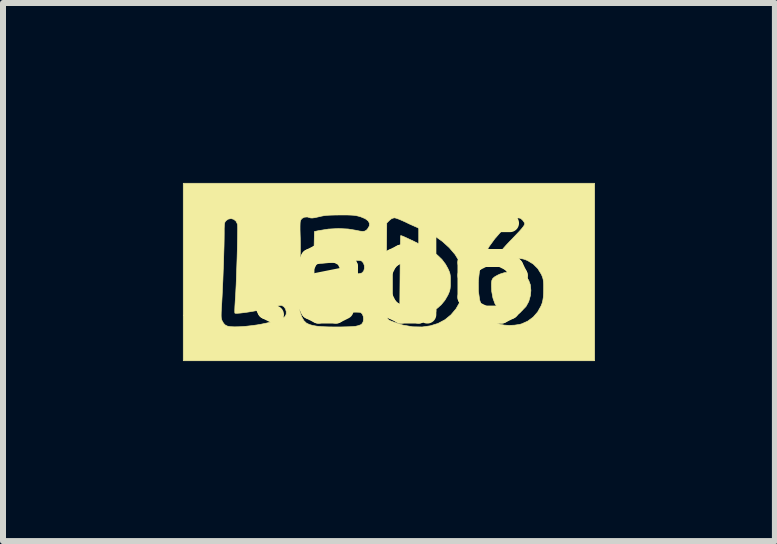
<source format=kicad_pcb>
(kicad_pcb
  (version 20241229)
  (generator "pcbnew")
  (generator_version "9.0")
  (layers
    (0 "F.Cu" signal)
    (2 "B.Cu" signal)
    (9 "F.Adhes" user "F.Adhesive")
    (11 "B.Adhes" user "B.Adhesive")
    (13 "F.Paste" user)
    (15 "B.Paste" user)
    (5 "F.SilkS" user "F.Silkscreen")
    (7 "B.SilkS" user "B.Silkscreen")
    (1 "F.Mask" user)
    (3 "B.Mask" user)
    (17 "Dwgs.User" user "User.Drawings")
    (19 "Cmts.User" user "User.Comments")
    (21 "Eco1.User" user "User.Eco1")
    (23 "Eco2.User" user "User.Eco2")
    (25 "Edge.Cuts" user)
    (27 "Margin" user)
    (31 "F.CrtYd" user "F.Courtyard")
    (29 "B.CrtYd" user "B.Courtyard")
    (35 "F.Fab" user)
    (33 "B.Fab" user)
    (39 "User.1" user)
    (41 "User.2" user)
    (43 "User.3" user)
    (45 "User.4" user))
  (footprint "led6"
    (layer "F.Cu")
    (at 3.421 1.505)
    (property "Reference" "led6" (at 0 0 0) (layer "F.SilkS") (effects (font (size 1.524 1.524) (thickness 0.3))))
    (attr through_hole)
    (fp_poly (pts (xy 2.114 -0.018) (xy 2.195 -0.002) (xy 2.225 0.009) (xy 2.293 0.053) (xy 2.342 0.115) (xy 2.371 0.194) (xy 2.38 0.287) (xy 2.372 0.372) (xy 2.344 0.472) (xy 2.298 0.555) (xy 2.237 0.618) (xy 2.163 0.659) (xy 2.078 0.679) (xy 1.985 0.674) (xy 1.95 0.667) (xy 1.883 0.635) (xy 1.826 0.581) (xy 1.78 0.506) (xy 1.747 0.414) (xy 1.727 0.305) (xy 1.723 0.225) (xy 1.723 0.162) (xy 1.729 0.119) (xy 1.745 0.087) (xy 1.775 0.061) (xy 1.822 0.034) (xy 1.862 0.015) (xy 1.937 -0.009) (xy 2.025 -0.02) (xy 2.114 -0.018)) (stroke (width 0.01) (type solid)) (fill yes) (layer "F.SilkS"))
    (fp_poly (pts (xy 0.222 -0.625) (xy 0.256 -0.612) (xy 0.305 -0.59) (xy 0.365 -0.562) (xy 0.432 -0.53) (xy 0.502 -0.495) (xy 0.571 -0.46) (xy 0.633 -0.426) (xy 0.686 -0.396) (xy 0.725 -0.372) (xy 0.726 -0.372) (xy 0.822 -0.301) (xy 0.897 -0.229) (xy 0.957 -0.149) (xy 0.995 -0.081) (xy 1.015 -0.038) (xy 1.028 -0.003) (xy 1.035 0.034) (xy 1.038 0.081) (xy 1.038 0.14) (xy 1.038 0.205) (xy 1.034 0.251) (xy 1.027 0.289) (xy 1.013 0.327) (xy 0.996 0.365) (xy 0.946 0.451) (xy 0.884 0.526) (xy 0.817 0.585) (xy 0.764 0.615) (xy 0.675 0.643) (xy 0.572 0.661) (xy 0.464 0.667) (xy 0.363 0.66) (xy 0.337 0.655) (xy 0.289 0.642) (xy 0.244 0.624) (xy 0.236 0.619) (xy 0.194 0.595) (xy 0.199 -0.014) (xy 0.2 -0.139) (xy 0.201 -0.256) (xy 0.203 -0.361) (xy 0.204 -0.453) (xy 0.205 -0.528) (xy 0.206 -0.584) (xy 0.207 -0.618) (xy 0.208 -0.627) (xy 0.222 -0.625)) (stroke (width 0.01) (type solid)) (fill yes) (layer "F.SilkS"))
    (fp_poly (pts (xy 3.443 1.46) (xy -3.416 1.46) (xy -3.416 0.7) (xy -2.784 0.7) (xy -2.783 0.735) (xy -2.779 0.76) (xy -2.773 0.78) (xy -2.765 0.799) (xy -2.742 0.837) (xy -2.715 0.864) (xy -2.679 0.882) (xy -2.628 0.891) (xy -2.56 0.894) (xy -2.472 0.892) (xy -2.383 0.886) (xy -2.283 0.875) (xy -2.186 0.862) (xy -2.127 0.852) (xy -2.021 0.83) (xy -1.925 0.806) (xy -1.843 0.781) (xy -1.778 0.756) (xy -1.734 0.734) (xy -1.72 0.722) (xy -1.7 0.684) (xy -1.699 0.638) (xy -1.712 0.594) (xy -1.738 0.558) (xy -1.773 0.538) (xy -1.789 0.536) (xy -1.813 0.539) (xy -1.856 0.548) (xy -1.915 0.561) (xy -1.982 0.578) (xy -2.004 0.583) (xy -2.075 0.6) (xy -2.153 0.616) (xy -2.235 0.631) (xy -2.317 0.645) (xy -2.393 0.656) (xy -2.459 0.664) (xy -2.512 0.668) (xy -2.545 0.668) (xy -2.555 0.665) (xy -2.557 0.649) (xy -2.557 0.611) (xy -2.555 0.556) (xy -2.551 0.488) (xy -2.548 0.438) (xy -2.543 0.371) (xy -2.539 0.291) (xy -1.495 0.291) (xy -1.494 0.388) (xy -1.492 0.472) (xy -1.488 0.537) (xy -1.487 0.548) (xy -1.469 0.644) (xy -1.441 0.726) (xy -1.405 0.79) (xy -1.363 0.831) (xy -1.357 0.834) (xy -1.313 0.855) (xy -1.257 0.871) (xy -1.188 0.883) (xy -1.101 0.891) (xy -0.994 0.895) (xy -0.884 0.896) (xy -0.797 0.896) (xy -0.713 0.894) (xy -0.639 0.892) (xy -0.581 0.888) (xy -0.544 0.885) (xy -0.497 0.874) (xy -0.459 0.86) (xy -0.442 0.85) (xy -0.418 0.814) (xy -0.41 0.767) (xy -0.415 0.718) (xy -0.433 0.677) (xy -0.457 0.656) (xy -0.48 0.651) (xy -0.531 0.649) (xy -0.607 0.65) (xy -0.71 0.654) (xy -0.787 0.657) (xy -0.879 0.661) (xy -0.965 0.663) (xy -1.042 0.665) (xy -1.104 0.665) (xy -1.146 0.664) (xy -1.156 0.663) (xy -1.191 0.656) (xy -1.218 0.646) (xy -1.238 0.629) (xy -1.251 0.602) (xy -1.259 0.56) (xy -1.264 0.502) (xy -1.264 0.478) (xy -0.035 0.478) (xy -0.034 0.56) (xy -0.032 0.625) (xy -0.029 0.676) (xy -0.023 0.714) (xy -0.015 0.743) (xy -0.005 0.763) (xy 0.008 0.777) (xy 0.024 0.787) (xy 0.044 0.796) (xy 0.067 0.804) (xy 0.089 0.813) (xy 0.247 0.865) (xy 0.408 0.893) (xy 0.568 0.896) (xy 0.703 0.877) (xy 0.832 0.837) (xy 0.948 0.775) (xy 1.048 0.693) (xy 1.132 0.593) (xy 1.198 0.477) (xy 1.244 0.348) (xy 1.268 0.207) (xy 1.269 0.181) (xy 1.269 0.141) (xy 1.504 0.141) (xy 1.505 0.3) (xy 1.525 0.442) (xy 1.562 0.564) (xy 1.616 0.667) (xy 1.687 0.75) (xy 1.776 0.813) (xy 1.866 0.851) (xy 1.935 0.865) (xy 2.019 0.87) (xy 2.107 0.866) (xy 2.189 0.854) (xy 2.226 0.844) (xy 2.327 0.799) (xy 2.418 0.732) (xy 2.493 0.646) (xy 2.549 0.546) (xy 2.567 0.5) (xy 2.579 0.452) (xy 2.587 0.399) (xy 2.591 0.331) (xy 2.592 0.261) (xy 2.592 0.191) (xy 2.589 0.14) (xy 2.584 0.102) (xy 2.575 0.069) (xy 2.561 0.034) (xy 2.555 0.02) (xy 2.496 -0.076) (xy 2.419 -0.153) (xy 2.326 -0.21) (xy 2.285 -0.227) (xy 2.249 -0.238) (xy 2.209 -0.244) (xy 2.157 -0.247) (xy 2.103 -0.247) (xy 2.035 -0.247) (xy 1.985 -0.243) (xy 1.945 -0.236) (xy 1.905 -0.223) (xy 1.879 -0.212) (xy 1.837 -0.196) (xy 1.807 -0.187) (xy 1.795 -0.188) (xy 1.795 -0.189) (xy 1.801 -0.206) (xy 1.815 -0.241) (xy 1.836 -0.285) (xy 1.839 -0.292) (xy 1.859 -0.33) (xy 1.886 -0.37) (xy 1.921 -0.415) (xy 1.969 -0.469) (xy 2.031 -0.535) (xy 2.065 -0.569) (xy 2.136 -0.644) (xy 2.191 -0.702) (xy 2.23 -0.747) (xy 2.256 -0.78) (xy 2.271 -0.805) (xy 2.277 -0.823) (xy 2.277 -0.829) (xy 2.269 -0.847) (xy 2.25 -0.875) (xy 2.243 -0.883) (xy 2.214 -0.91) (xy 2.182 -0.922) (xy 2.146 -0.918) (xy 2.102 -0.897) (xy 2.05 -0.858) (xy 1.986 -0.8) (xy 1.908 -0.722) (xy 1.899 -0.713) (xy 1.779 -0.576) (xy 1.683 -0.444) (xy 1.61 -0.312) (xy 1.557 -0.175) (xy 1.522 -0.032) (xy 1.505 0.123) (xy 1.504 0.141) (xy 1.269 0.141) (xy 1.269 0.07) (xy 1.252 -0.032) (xy 1.217 -0.133) (xy 1.187 -0.197) (xy 1.115 -0.314) (xy 1.02 -0.425) (xy 0.906 -0.529) (xy 0.777 -0.621) (xy 0.637 -0.698) (xy 0.549 -0.736) (xy 0.496 -0.758) (xy 0.428 -0.788) (xy 0.354 -0.821) (xy 0.295 -0.85) (xy 0.233 -0.878) (xy 0.176 -0.902) (xy 0.131 -0.918) (xy 0.103 -0.924) (xy 0.102 -0.924) (xy 0.059 -0.911) (xy 0.021 -0.881) (xy -0.023 -0.837) (xy -0.03 -0.054) (xy -0.032 0.114) (xy -0.034 0.258) (xy -0.035 0.378) (xy -0.035 0.478) (xy -1.264 0.478) (xy -1.266 0.422) (xy -1.266 0.34) (xy -1.266 0.262) (xy -1.265 0.193) (xy -1.263 0.139) (xy -1.261 0.103) (xy -1.259 0.089) (xy -1.245 0.087) (xy -1.207 0.082) (xy -1.149 0.076) (xy -1.075 0.068) (xy -0.987 0.06) (xy -0.889 0.051) (xy -0.858 0.048) (xy -0.728 0.036) (xy -0.623 0.025) (xy -0.542 0.016) (xy -0.484 0.007) (xy -0.447 -0.001) (xy -0.433 -0.007) (xy -0.407 -0.038) (xy -0.395 -0.082) (xy -0.397 -0.129) (xy -0.413 -0.172) (xy -0.44 -0.202) (xy -0.449 -0.206) (xy -0.47 -0.211) (xy -0.502 -0.213) (xy -0.548 -0.213) (xy -0.61 -0.21) (xy -0.692 -0.204) (xy -0.795 -0.194) (xy -0.922 -0.182) (xy -0.924 -0.182) (xy -1.013 -0.173) (xy -1.092 -0.166) (xy -1.158 -0.16) (xy -1.207 -0.155) (xy -1.235 -0.153) (xy -1.241 -0.152) (xy -1.241 -0.166) (xy -1.24 -0.202) (xy -1.239 -0.256) (xy -1.238 -0.326) (xy -1.236 -0.406) (xy -1.235 -0.425) (xy -1.229 -0.695) (xy -1.163 -0.709) (xy -0.996 -0.736) (xy -0.828 -0.745) (xy -0.666 -0.737) (xy -0.538 -0.716) (xy -0.471 -0.702) (xy -0.423 -0.697) (xy -0.389 -0.702) (xy -0.362 -0.718) (xy -0.343 -0.738) (xy -0.314 -0.787) (xy -0.311 -0.832) (xy -0.334 -0.873) (xy -0.382 -0.909) (xy -0.456 -0.94) (xy -0.46 -0.941) (xy -0.498 -0.952) (xy -0.534 -0.96) (xy -0.575 -0.966) (xy -0.624 -0.969) (xy -0.688 -0.971) (xy -0.771 -0.971) (xy -0.797 -0.971) (xy -0.891 -0.97) (xy -0.963 -0.968) (xy -1.022 -0.965) (xy -1.071 -0.959) (xy -1.118 -0.95) (xy -1.156 -0.941) (xy -1.222 -0.926) (xy -1.267 -0.92) (xy -1.294 -0.922) (xy -1.3 -0.924) (xy -1.348 -0.938) (xy -1.397 -0.934) (xy -1.438 -0.912) (xy -1.445 -0.903) (xy -1.454 -0.89) (xy -1.461 -0.876) (xy -1.466 -0.856) (xy -1.468 -0.826) (xy -1.469 -0.783) (xy -1.469 -0.723) (xy -1.467 -0.642) (xy -1.465 -0.585) (xy -1.464 -0.483) (xy -1.464 -0.385) (xy -1.465 -0.298) (xy -1.469 -0.228) (xy -1.472 -0.188) (xy -1.479 -0.113) (xy -1.486 -0.022) (xy -1.49 0.08) (xy -1.493 0.186) (xy -1.495 0.291) (xy -2.539 0.291) (xy -2.539 0.288) (xy -2.534 0.191) (xy -2.53 0.083) (xy -2.526 -0.031) (xy -2.522 -0.148) (xy -2.518 -0.265) (xy -2.515 -0.38) (xy -2.513 -0.488) (xy -2.511 -0.586) (xy -2.51 -0.671) (xy -2.509 -0.74) (xy -2.51 -0.789) (xy -2.512 -0.815) (xy -2.512 -0.817) (xy -2.535 -0.866) (xy -2.573 -0.898) (xy -2.618 -0.911) (xy -2.665 -0.902) (xy -2.7 -0.878) (xy -2.713 -0.864) (xy -2.722 -0.848) (xy -2.728 -0.827) (xy -2.731 -0.794) (xy -2.733 -0.745) (xy -2.733 -0.675) (xy -2.733 -0.66) (xy -2.734 -0.567) (xy -2.736 -0.452) (xy -2.74 -0.322) (xy -2.744 -0.18) (xy -2.75 -0.033) (xy -2.755 0.114) (xy -2.762 0.255) (xy -2.768 0.386) (xy -2.774 0.498) (xy -2.78 0.586) (xy -2.783 0.652) (xy -2.784 0.7) (xy -3.416 0.7) (xy -3.416 -1.5) (xy 3.443 -1.5) (xy 3.443 1.46)) (stroke (width 0.01) (type solid)) (fill yes) (layer "F.SilkS")))
  (gr_rect
    (start -3 -3)
    (end 9.869 5.971)
    (stroke (width 0.1) (type default))
    (fill no)
    (layer "Edge.Cuts")))
</source>
